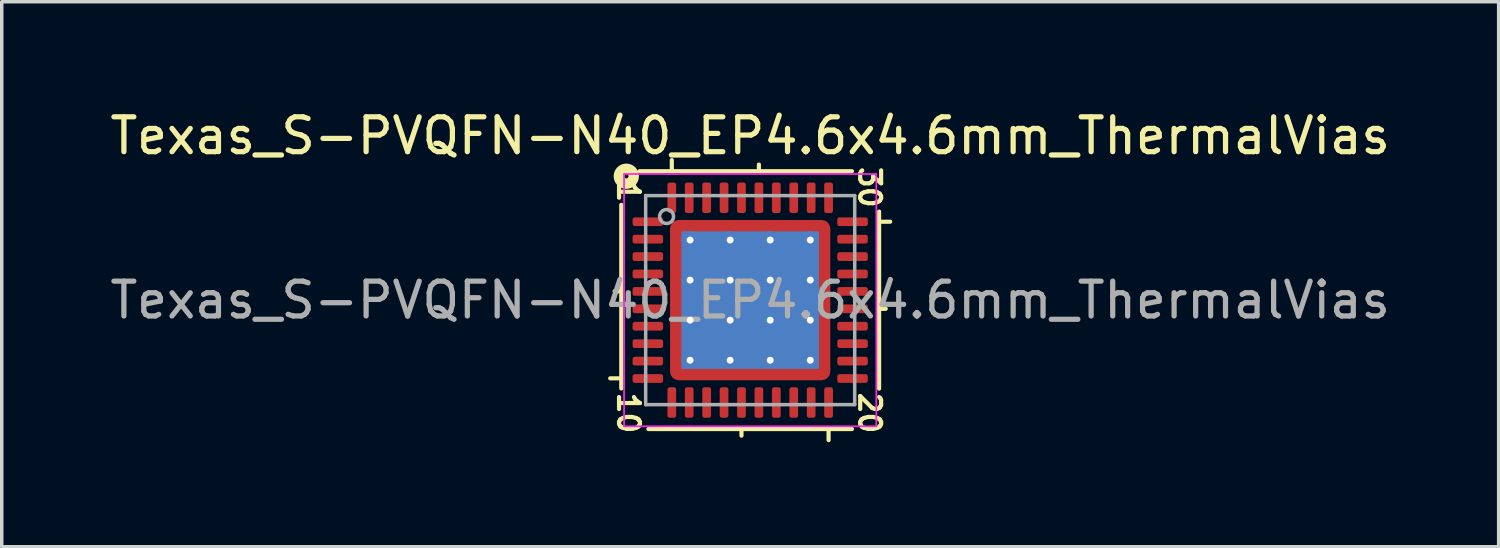
<source format=kicad_pcb>
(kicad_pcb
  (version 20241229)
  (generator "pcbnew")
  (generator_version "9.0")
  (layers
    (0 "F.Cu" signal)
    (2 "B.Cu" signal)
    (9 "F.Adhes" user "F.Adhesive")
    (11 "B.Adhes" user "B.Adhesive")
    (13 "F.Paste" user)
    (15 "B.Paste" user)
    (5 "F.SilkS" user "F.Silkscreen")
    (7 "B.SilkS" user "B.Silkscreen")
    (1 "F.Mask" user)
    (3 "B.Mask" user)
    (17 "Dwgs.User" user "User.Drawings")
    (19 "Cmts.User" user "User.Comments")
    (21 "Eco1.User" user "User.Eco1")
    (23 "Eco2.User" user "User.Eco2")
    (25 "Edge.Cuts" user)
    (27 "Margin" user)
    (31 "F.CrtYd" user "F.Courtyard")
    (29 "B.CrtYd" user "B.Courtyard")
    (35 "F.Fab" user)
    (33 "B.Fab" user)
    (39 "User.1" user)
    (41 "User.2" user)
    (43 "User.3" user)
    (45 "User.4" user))
  (footprint "Texas_S-PVQFN-N40_EP4.6x4.6mm_ThermalVias"
    (layer "F.Cu")
    (at 18.482 5.564)
    (property "Reference" "Texas_S-PVQFN-N40_EP4.6x4.6mm_ThermalVias" (at 0 -4.716 0) (layer "F.SilkS") (effects (font (size 1 1) (thickness 0.15))))
    (attr smd)
    (fp_line (start -3.7 -2.735) (end -3.7 2.535) (stroke (width 0.12) (type solid)) (layer "F.SilkS"))
    (fp_line (start -3.7 -0.255) (end -3.89 -0.255) (stroke (width 0.12) (type solid)) (layer "F.SilkS"))
    (fp_line (start -3.7 2.245) (end -4.018 2.245) (stroke (width 0.12) (type solid)) (layer "F.SilkS"))
    (fp_line (start -2.921 3.7) (end 2.921 3.7) (stroke (width 0.12) (type solid)) (layer "F.SilkS"))
    (fp_line (start -2.25 -3.7) (end -2.25 -4.018) (stroke (width 0.12) (type solid)) (layer "F.SilkS"))
    (fp_line (start -0.25 3.7) (end -0.25 3.89) (stroke (width 0.12) (type solid)) (layer "F.SilkS"))
    (fp_line (start 0.25 -3.7) (end 0.25 -3.89) (stroke (width 0.12) (type solid)) (layer "F.SilkS"))
    (fp_line (start 2.25 3.7) (end 2.25 4.018) (stroke (width 0.12) (type solid)) (layer "F.SilkS"))
    (fp_line (start 2.921 -3.7) (end -3.175 -3.7) (stroke (width 0.12) (type solid)) (layer "F.SilkS"))
    (fp_line (start 3.7 -2.25) (end 4.018 -2.25) (stroke (width 0.12) (type solid)) (layer "F.SilkS"))
    (fp_line (start 3.7 0.25) (end 3.89 0.25) (stroke (width 0.12) (type solid)) (layer "F.SilkS"))
    (fp_line (start 3.7 2.54) (end 3.7 -2.54) (stroke (width 0.12) (type solid)) (layer "F.SilkS"))
    (fp_circle (center -3.556 -3.556) (end -3.493 -3.556) (stroke (width 0.3) (type solid)) (fill no) (layer "F.SilkS"))
    (fp_line (start -3.62 -3.62) (end -3.62 3.62) (stroke (width 0.05) (type solid)) (layer "F.CrtYd"))
    (fp_line (start -3.62 3.62) (end 3.62 3.62) (stroke (width 0.05) (type solid)) (layer "F.CrtYd"))
    (fp_line (start 3.62 -3.62) (end -3.62 -3.62) (stroke (width 0.05) (type solid)) (layer "F.CrtYd"))
    (fp_line (start 3.62 3.62) (end 3.62 -3.62) (stroke (width 0.05) (type solid)) (layer "F.CrtYd"))
    (fp_line (start -3 -3) (end 3 -3) (stroke (width 0.1) (type solid)) (layer "F.Fab"))
    (fp_line (start -3 3) (end -3 -3) (stroke (width 0.1) (type solid)) (layer "F.Fab"))
    (fp_line (start 3 -3) (end 3 3) (stroke (width 0.1) (type solid)) (layer "F.Fab"))
    (fp_line (start 3 3) (end -3 3) (stroke (width 0.1) (type solid)) (layer "F.Fab"))
    (fp_circle (center -2.4 -2.4) (end -2.2 -2.4) (stroke (width 0.1) (type solid)) (fill no) (layer "F.Fab"))
    (fp_text user "20" (at 3.429 3.239 270) (unlocked yes) (layer "F.SilkS") (effects (font (size 0.6 0.6) (thickness 0.12))))
    (fp_text user "1" (at -3.493 -3.111 270) (unlocked yes) (layer "F.SilkS") (effects (font (size 0.6 0.6) (thickness 0.12))))
    (fp_text user "10" (at -3.493 3.239 270) (unlocked yes) (layer "F.SilkS") (effects (font (size 0.6 0.6) (thickness 0.12))))
    (fp_text user "30" (at 3.429 -3.239 270) (unlocked yes) (layer "F.SilkS") (effects (font (size 0.6 0.6) (thickness 0.12))))
    (fp_text user "${REFERENCE}" (at 0 0 0) (layer "F.Fab") (effects (font (size 1 1) (thickness 0.15))))
    (pad "" smd custom (at -2.013 -2.013) (size 0.342 0.342) (layers "F.Paste") (options (anchor circle)) (primitives (gr_poly (pts (xy 0.116 0.012) (xy 0.012 0.116) (xy -0.116 0.116) (xy -0.116 -0.116) (xy 0.116 -0.116)) (width 0.232) (fill yes))))
    (pad "" smd custom (at -2.013 -1.15) (size 0.382 0.382) (layers "F.Paste") (options (anchor circle)) (primitives (gr_poly (pts (xy 0.15 -0.314) (xy 0.15 0.314) (xy 0.082 0.382) (xy -0.15 0.382) (xy -0.15 -0.382) (xy 0.082 -0.382)) (width 0.164) (fill yes))))
    (pad "" smd custom (at -2.013 0) (size 0.382 0.382) (layers "F.Paste") (options (anchor circle)) (primitives (gr_poly (pts (xy 0.15 -0.314) (xy 0.15 0.314) (xy 0.082 0.382) (xy -0.15 0.382) (xy -0.15 -0.382) (xy 0.082 -0.382)) (width 0.164) (fill yes))))
    (pad "" smd custom (at -2.013 1.15) (size 0.382 0.382) (layers "F.Paste") (options (anchor circle)) (primitives (gr_poly (pts (xy 0.15 -0.314) (xy 0.15 0.314) (xy 0.082 0.382) (xy -0.15 0.382) (xy -0.15 -0.382) (xy 0.082 -0.382)) (width 0.164) (fill yes))))
    (pad "" smd custom (at -2.013 2.013) (size 0.342 0.342) (layers "F.Paste") (options (anchor circle)) (primitives (gr_poly (pts (xy 0.116 -0.012) (xy 0.116 0.116) (xy -0.116 0.116) (xy -0.116 -0.116) (xy 0.012 -0.116)) (width 0.232) (fill yes))))
    (pad "" smd custom (at -1.15 -2.013) (size 0.382 0.382) (layers "F.Paste") (options (anchor circle)) (primitives (gr_poly (pts (xy 0.382 0.082) (xy 0.314 0.15) (xy -0.314 0.15) (xy -0.382 0.082) (xy -0.382 -0.15) (xy 0.382 -0.15)) (width 0.164) (fill yes))))
    (pad "" smd roundrect (at -1.15 -1.15) (size 0.927 0.927) (layers "F.Paste") (roundrect_rratio 0.25))
    (pad "" smd roundrect (at -1.15 0) (size 0.927 0.927) (layers "F.Paste") (roundrect_rratio 0.25))
    (pad "" smd roundrect (at -1.15 1.15) (size 0.927 0.927) (layers "F.Paste") (roundrect_rratio 0.25))
    (pad "" smd custom (at -1.15 2.013) (size 0.382 0.382) (layers "F.Paste") (options (anchor circle)) (primitives (gr_poly (pts (xy 0.382 -0.082) (xy 0.382 0.15) (xy -0.382 0.15) (xy -0.382 -0.082) (xy -0.314 -0.15) (xy 0.314 -0.15)) (width 0.164) (fill yes))))
    (pad "" smd custom (at 0 -2.013) (size 0.382 0.382) (layers "F.Paste") (options (anchor circle)) (primitives (gr_poly (pts (xy 0.382 0.082) (xy 0.314 0.15) (xy -0.314 0.15) (xy -0.382 0.082) (xy -0.382 -0.15) (xy 0.382 -0.15)) (width 0.164) (fill yes))))
    (pad "" smd roundrect (at 0 -1.15) (size 0.927 0.927) (layers "F.Paste") (roundrect_rratio 0.25))
    (pad "" smd roundrect (at 0 0) (size 0.927 0.927) (layers "F.Paste") (roundrect_rratio 0.25))
    (pad "" smd roundrect (at 0 1.15) (size 0.927 0.927) (layers "F.Paste") (roundrect_rratio 0.25))
    (pad "" smd custom (at 0 2.013) (size 0.382 0.382) (layers "F.Paste") (options (anchor circle)) (primitives (gr_poly (pts (xy 0.382 -0.082) (xy 0.382 0.15) (xy -0.382 0.15) (xy -0.382 -0.082) (xy -0.314 -0.15) (xy 0.314 -0.15)) (width 0.164) (fill yes))))
    (pad "" smd custom (at 1.15 -2.013) (size 0.382 0.382) (layers "F.Paste") (options (anchor circle)) (primitives (gr_poly (pts (xy 0.382 0.082) (xy 0.314 0.15) (xy -0.314 0.15) (xy -0.382 0.082) (xy -0.382 -0.15) (xy 0.382 -0.15)) (width 0.164) (fill yes))))
    (pad "" smd roundrect (at 1.15 -1.15) (size 0.927 0.927) (layers "F.Paste") (roundrect_rratio 0.25))
    (pad "" smd roundrect (at 1.15 0) (size 0.927 0.927) (layers "F.Paste") (roundrect_rratio 0.25))
    (pad "" smd roundrect (at 1.15 1.15) (size 0.927 0.927) (layers "F.Paste") (roundrect_rratio 0.25))
    (pad "" smd custom (at 1.15 2.013) (size 0.382 0.382) (layers "F.Paste") (options (anchor circle)) (primitives (gr_poly (pts (xy 0.382 -0.082) (xy 0.382 0.15) (xy -0.382 0.15) (xy -0.382 -0.082) (xy -0.314 -0.15) (xy 0.314 -0.15)) (width 0.164) (fill yes))))
    (pad "" smd custom (at 2.013 -2.013) (size 0.342 0.342) (layers "F.Paste") (options (anchor circle)) (primitives (gr_poly (pts (xy 0.116 0.116) (xy -0.012 0.116) (xy -0.116 0.012) (xy -0.116 -0.116) (xy 0.116 -0.116)) (width 0.232) (fill yes))))
    (pad "" smd custom (at 2.013 -1.15) (size 0.382 0.382) (layers "F.Paste") (options (anchor circle)) (primitives (gr_poly (pts (xy 0.15 0.382) (xy -0.082 0.382) (xy -0.15 0.314) (xy -0.15 -0.314) (xy -0.082 -0.382) (xy 0.15 -0.382)) (width 0.164) (fill yes))))
    (pad "" smd custom (at 2.013 0) (size 0.382 0.382) (layers "F.Paste") (options (anchor circle)) (primitives (gr_poly (pts (xy 0.15 0.382) (xy -0.082 0.382) (xy -0.15 0.314) (xy -0.15 -0.314) (xy -0.082 -0.382) (xy 0.15 -0.382)) (width 0.164) (fill yes))))
    (pad "" smd custom (at 2.013 1.15) (size 0.382 0.382) (layers "F.Paste") (options (anchor circle)) (primitives (gr_poly (pts (xy 0.15 0.382) (xy -0.082 0.382) (xy -0.15 0.314) (xy -0.15 -0.314) (xy -0.082 -0.382) (xy 0.15 -0.382)) (width 0.164) (fill yes))))
    (pad "" smd custom (at 2.013 2.013) (size 0.342 0.342) (layers "F.Paste") (options (anchor circle)) (primitives (gr_poly (pts (xy 0.116 0.116) (xy -0.116 0.116) (xy -0.116 -0.012) (xy -0.012 -0.116) (xy 0.116 -0.116)) (width 0.232) (fill yes))))
    (pad "1" smd roundrect (at -2.938 -2.25) (size 0.875 0.25) (layers "F.Cu" "F.Mask" "F.Paste") (roundrect_rratio 0.25))
    (pad "2" smd roundrect (at -2.938 -1.75) (size 0.875 0.25) (layers "F.Cu" "F.Mask" "F.Paste") (roundrect_rratio 0.25))
    (pad "3" smd roundrect (at -2.938 -1.25) (size 0.875 0.25) (layers "F.Cu" "F.Mask" "F.Paste") (roundrect_rratio 0.25))
    (pad "4" smd roundrect (at -2.938 -0.75) (size 0.875 0.25) (layers "F.Cu" "F.Mask" "F.Paste") (roundrect_rratio 0.25))
    (pad "5" smd roundrect (at -2.938 -0.25) (size 0.875 0.25) (layers "F.Cu" "F.Mask" "F.Paste") (roundrect_rratio 0.25))
    (pad "6" smd roundrect (at -2.938 0.25) (size 0.875 0.25) (layers "F.Cu" "F.Mask" "F.Paste") (roundrect_rratio 0.25))
    (pad "7" smd roundrect (at -2.938 0.75) (size 0.875 0.25) (layers "F.Cu" "F.Mask" "F.Paste") (roundrect_rratio 0.25))
    (pad "8" smd roundrect (at -2.938 1.25) (size 0.875 0.25) (layers "F.Cu" "F.Mask" "F.Paste") (roundrect_rratio 0.25))
    (pad "9" smd roundrect (at -2.938 1.75) (size 0.875 0.25) (layers "F.Cu" "F.Mask" "F.Paste") (roundrect_rratio 0.25))
    (pad "10" smd roundrect (at -2.938 2.25) (size 0.875 0.25) (layers "F.Cu" "F.Mask" "F.Paste") (roundrect_rratio 0.25))
    (pad "11" smd roundrect (at -2.25 2.938) (size 0.25 0.875) (layers "F.Cu" "F.Mask" "F.Paste") (roundrect_rratio 0.25))
    (pad "12" smd roundrect (at -1.75 2.938) (size 0.25 0.875) (layers "F.Cu" "F.Mask" "F.Paste") (roundrect_rratio 0.25))
    (pad "13" smd roundrect (at -1.25 2.938) (size 0.25 0.875) (layers "F.Cu" "F.Mask" "F.Paste") (roundrect_rratio 0.25))
    (pad "14" smd roundrect (at -0.75 2.938) (size 0.25 0.875) (layers "F.Cu" "F.Mask" "F.Paste") (roundrect_rratio 0.25))
    (pad "15" smd roundrect (at -0.25 2.938) (size 0.25 0.875) (layers "F.Cu" "F.Mask" "F.Paste") (roundrect_rratio 0.25))
    (pad "16" smd roundrect (at 0.25 2.938) (size 0.25 0.875) (layers "F.Cu" "F.Mask" "F.Paste") (roundrect_rratio 0.25))
    (pad "17" smd roundrect (at 0.75 2.938) (size 0.25 0.875) (layers "F.Cu" "F.Mask" "F.Paste") (roundrect_rratio 0.25))
    (pad "18" smd roundrect (at 1.25 2.938) (size 0.25 0.875) (layers "F.Cu" "F.Mask" "F.Paste") (roundrect_rratio 0.25))
    (pad "19" smd roundrect (at 1.75 2.938) (size 0.25 0.875) (layers "F.Cu" "F.Mask" "F.Paste") (roundrect_rratio 0.25))
    (pad "20" smd roundrect (at 2.25 2.938) (size 0.25 0.875) (layers "F.Cu" "F.Mask" "F.Paste") (roundrect_rratio 0.25))
    (pad "21" smd roundrect (at 2.938 2.25) (size 0.875 0.25) (layers "F.Cu" "F.Mask" "F.Paste") (roundrect_rratio 0.25))
    (pad "22" smd roundrect (at 2.938 1.75) (size 0.875 0.25) (layers "F.Cu" "F.Mask" "F.Paste") (roundrect_rratio 0.25))
    (pad "23" smd roundrect (at 2.938 1.25) (size 0.875 0.25) (layers "F.Cu" "F.Mask" "F.Paste") (roundrect_rratio 0.25))
    (pad "24" smd roundrect (at 2.938 0.75) (size 0.875 0.25) (layers "F.Cu" "F.Mask" "F.Paste") (roundrect_rratio 0.25))
    (pad "25" smd roundrect (at 2.938 0.25) (size 0.875 0.25) (layers "F.Cu" "F.Mask" "F.Paste") (roundrect_rratio 0.25))
    (pad "26" smd roundrect (at 2.938 -0.25) (size 0.875 0.25) (layers "F.Cu" "F.Mask" "F.Paste") (roundrect_rratio 0.25))
    (pad "27" smd roundrect (at 2.938 -0.75) (size 0.875 0.25) (layers "F.Cu" "F.Mask" "F.Paste") (roundrect_rratio 0.25))
    (pad "28" smd roundrect (at 2.938 -1.25) (size 0.875 0.25) (layers "F.Cu" "F.Mask" "F.Paste") (roundrect_rratio 0.25))
    (pad "29" smd roundrect (at 2.938 -1.75) (size 0.875 0.25) (layers "F.Cu" "F.Mask" "F.Paste") (roundrect_rratio 0.25))
    (pad "30" smd roundrect (at 2.938 -2.25) (size 0.875 0.25) (layers "F.Cu" "F.Mask" "F.Paste") (roundrect_rratio 0.25))
    (pad "31" smd roundrect (at 2.25 -2.938) (size 0.25 0.875) (layers "F.Cu" "F.Mask" "F.Paste") (roundrect_rratio 0.25))
    (pad "32" smd roundrect (at 1.75 -2.938) (size 0.25 0.875) (layers "F.Cu" "F.Mask" "F.Paste") (roundrect_rratio 0.25))
    (pad "33" smd roundrect (at 1.25 -2.938) (size 0.25 0.875) (layers "F.Cu" "F.Mask" "F.Paste") (roundrect_rratio 0.25))
    (pad "34" smd roundrect (at 0.75 -2.938) (size 0.25 0.875) (layers "F.Cu" "F.Mask" "F.Paste") (roundrect_rratio 0.25))
    (pad "35" smd roundrect (at 0.25 -2.938) (size 0.25 0.875) (layers "F.Cu" "F.Mask" "F.Paste") (roundrect_rratio 0.25))
    (pad "36" smd roundrect (at -0.25 -2.938) (size 0.25 0.875) (layers "F.Cu" "F.Mask" "F.Paste") (roundrect_rratio 0.25))
    (pad "37" smd roundrect (at -0.75 -2.938) (size 0.25 0.875) (layers "F.Cu" "F.Mask" "F.Paste") (roundrect_rratio 0.25))
    (pad "38" smd roundrect (at -1.25 -2.938) (size 0.25 0.875) (layers "F.Cu" "F.Mask" "F.Paste") (roundrect_rratio 0.25))
    (pad "39" smd roundrect (at -1.75 -2.938) (size 0.25 0.875) (layers "F.Cu" "F.Mask" "F.Paste") (roundrect_rratio 0.25))
    (pad "40" smd roundrect (at -2.25 -2.938) (size 0.25 0.875) (layers "F.Cu" "F.Mask" "F.Paste") (roundrect_rratio 0.25))
    (pad "41" thru_hole circle (at -1.725 -1.725) (size 0.5 0.5) (drill 0.2) (property pad_prop_heatsink) (layers "*.Cu"))
    (pad "41" thru_hole circle (at -1.725 -0.575) (size 0.5 0.5) (drill 0.2) (property pad_prop_heatsink) (layers "*.Cu"))
    (pad "41" thru_hole circle (at -1.725 0.575) (size 0.5 0.5) (drill 0.2) (property pad_prop_heatsink) (layers "*.Cu"))
    (pad "41" thru_hole circle (at -1.725 1.725) (size 0.5 0.5) (drill 0.2) (property pad_prop_heatsink) (layers "*.Cu"))
    (pad "41" thru_hole circle (at -0.575 -1.725) (size 0.5 0.5) (drill 0.2) (property pad_prop_heatsink) (layers "*.Cu"))
    (pad "41" thru_hole circle (at -0.575 -0.575) (size 0.5 0.5) (drill 0.2) (property pad_prop_heatsink) (layers "*.Cu"))
    (pad "41" thru_hole circle (at -0.575 0.575) (size 0.5 0.5) (drill 0.2) (property pad_prop_heatsink) (layers "*.Cu"))
    (pad "41" thru_hole circle (at -0.575 1.725) (size 0.5 0.5) (drill 0.2) (property pad_prop_heatsink) (layers "*.Cu"))
    (pad "41" smd rect (at 0 0) (size 3.95 3.95) (layers "B.Cu" "B.Mask"))
    (pad "41" smd roundrect (at 0 0) (size 4.6 4.6) (layers "F.Cu" "F.Mask") (roundrect_rratio 0.054))
    (pad "41" thru_hole circle (at 0.575 -1.725) (size 0.5 0.5) (drill 0.2) (property pad_prop_heatsink) (layers "*.Cu"))
    (pad "41" thru_hole circle (at 0.575 -0.575) (size 0.5 0.5) (drill 0.2) (property pad_prop_heatsink) (layers "*.Cu"))
    (pad "41" thru_hole circle (at 0.575 0.575) (size 0.5 0.5) (drill 0.2) (property pad_prop_heatsink) (layers "*.Cu"))
    (pad "41" thru_hole circle (at 0.575 1.725) (size 0.5 0.5) (drill 0.2) (property pad_prop_heatsink) (layers "*.Cu"))
    (pad "41" thru_hole circle (at 1.725 -1.725) (size 0.5 0.5) (drill 0.2) (property pad_prop_heatsink) (layers "*.Cu"))
    (pad "41" thru_hole circle (at 1.725 -0.575) (size 0.5 0.5) (drill 0.2) (property pad_prop_heatsink) (layers "*.Cu"))
    (pad "41" thru_hole circle (at 1.725 0.575) (size 0.5 0.5) (drill 0.2) (property pad_prop_heatsink) (layers "*.Cu"))
    (pad "41" thru_hole circle (at 1.725 1.725) (size 0.5 0.5) (drill 0.2) (property pad_prop_heatsink) (layers "*.Cu")))
  (gr_rect
    (start -3 -3)
    (end 39.964 12.642)
    (stroke (width 0.1) (type default))
    (fill no)
    (layer "Edge.Cuts")))
</source>
